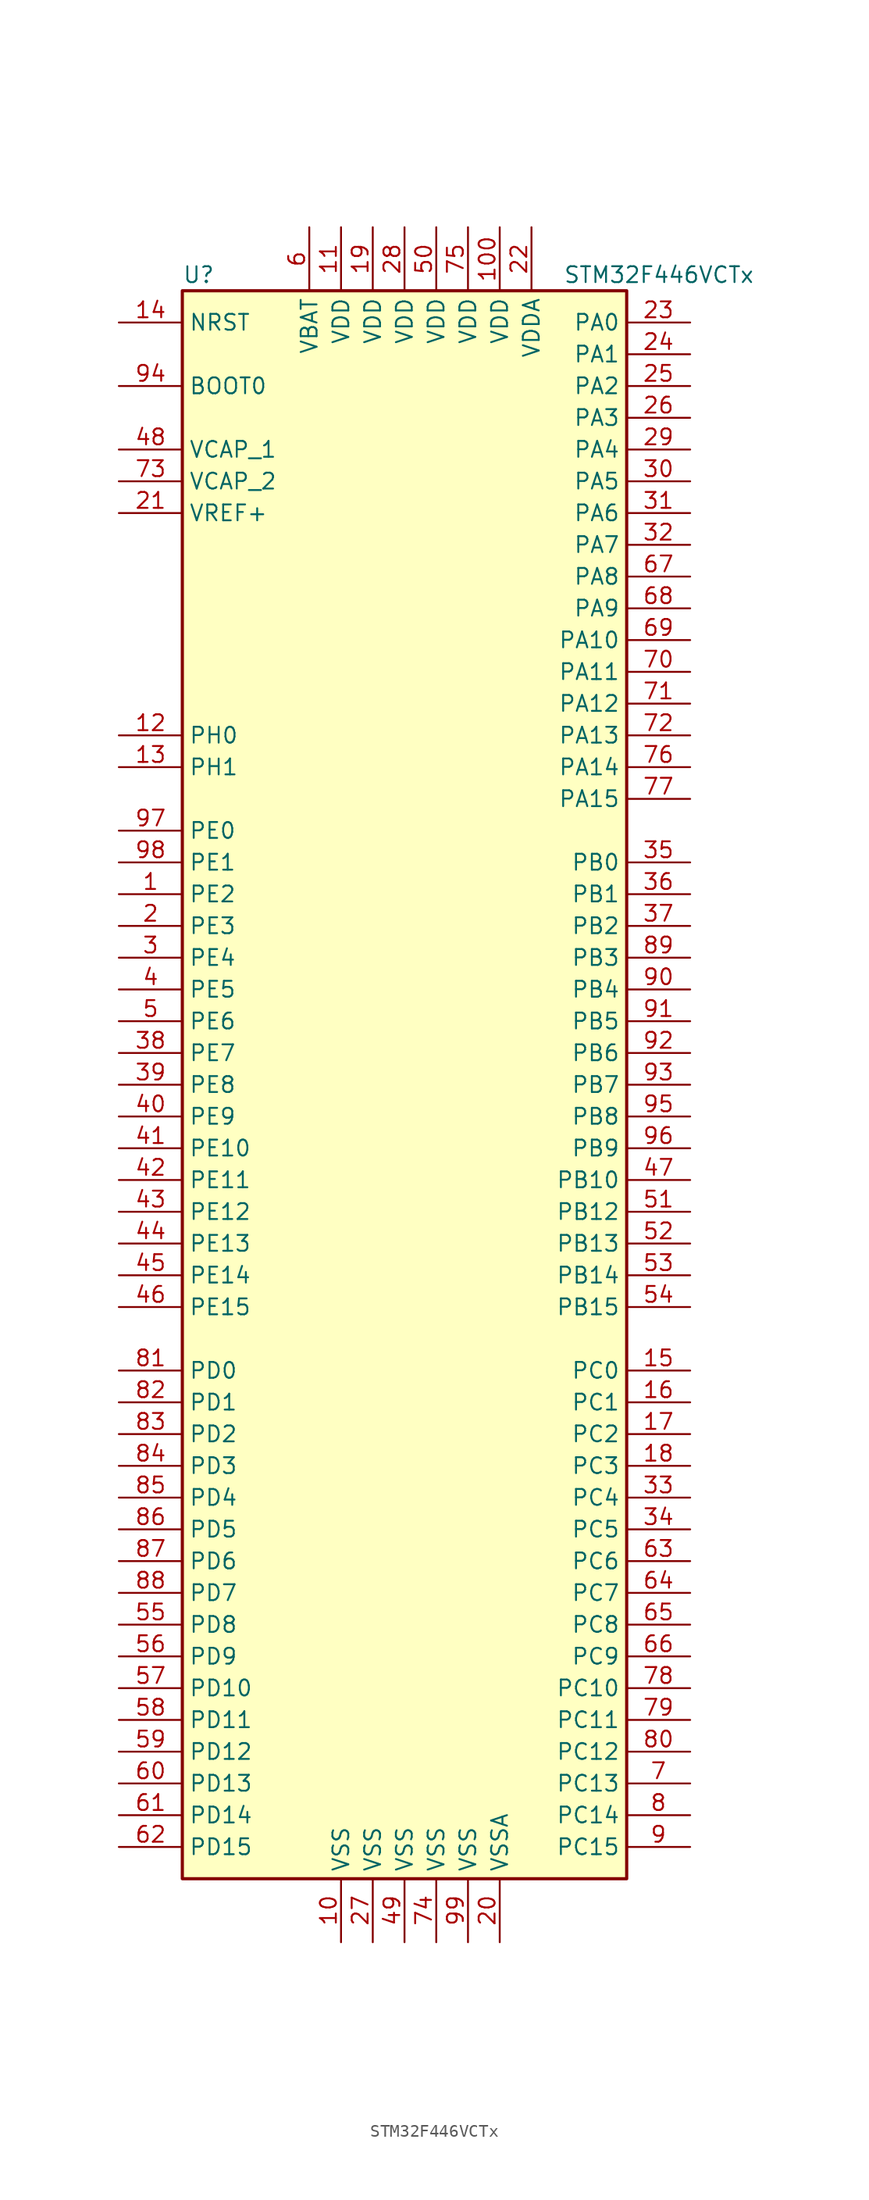
<source format=kicad_sym>
(kicad_symbol_lib
  (version 20220914)
  (generator kicad_symbol_editor)
  (symbol "STM32F446VCTx"
    (property "Reference" "U"
      (at -17.78 64.77 0)
      (effects (font (size 1.27 1.27)) (justify left)))
    (property "Value" "STM32F446VCTx"
      (at 12.7 64.77 0)
      (effects (font (size 1.27 1.27)) (justify left)))
    (symbol "STM32F446VCTx_0_1"
      (rectangle (start -17.78 -63.5) (end 17.78 63.5) (stroke (width 0.254) (type default)) (fill (type background))))
    (symbol "STM32F446VCTx_1_1"
      (pin bidirectional line (at -22.86 15.24 0) (length 5.08) (name "PE2" (effects (font (size 1.27 1.27)))) (number "1" (effects (font (size 1.27 1.27)))))
      (pin power_in line (at -5.08 -68.58 90) (length 5.08) (name "VSS" (effects (font (size 1.27 1.27)))) (number "10" (effects (font (size 1.27 1.27)))))
      (pin power_in line (at 7.62 68.58 270) (length 5.08) (name "VDD" (effects (font (size 1.27 1.27)))) (number "100" (effects (font (size 1.27 1.27)))))
      (pin power_in line (at -5.08 68.58 270) (length 5.08) (name "VDD" (effects (font (size 1.27 1.27)))) (number "11" (effects (font (size 1.27 1.27)))))
      (pin input line (at -22.86 27.94 0) (length 5.08) (name "PH0" (effects (font (size 1.27 1.27)))) (number "12" (effects (font (size 1.27 1.27)))))
      (pin input line (at -22.86 25.4 0) (length 5.08) (name "PH1" (effects (font (size 1.27 1.27)))) (number "13" (effects (font (size 1.27 1.27)))))
      (pin input line (at -22.86 60.96 0) (length 5.08) (name "NRST" (effects (font (size 1.27 1.27)))) (number "14" (effects (font (size 1.27 1.27)))))
      (pin bidirectional line (at 22.86 -22.86 180) (length 5.08) (name "PC0" (effects (font (size 1.27 1.27)))) (number "15" (effects (font (size 1.27 1.27)))))
      (pin bidirectional line (at 22.86 -25.4 180) (length 5.08) (name "PC1" (effects (font (size 1.27 1.27)))) (number "16" (effects (font (size 1.27 1.27)))))
      (pin bidirectional line (at 22.86 -27.94 180) (length 5.08) (name "PC2" (effects (font (size 1.27 1.27)))) (number "17" (effects (font (size 1.27 1.27)))))
      (pin bidirectional line (at 22.86 -30.48 180) (length 5.08) (name "PC3" (effects (font (size 1.27 1.27)))) (number "18" (effects (font (size 1.27 1.27)))))
      (pin power_in line (at -2.54 68.58 270) (length 5.08) (name "VDD" (effects (font (size 1.27 1.27)))) (number "19" (effects (font (size 1.27 1.27)))))
      (pin bidirectional line (at -22.86 12.7 0) (length 5.08) (name "PE3" (effects (font (size 1.27 1.27)))) (number "2" (effects (font (size 1.27 1.27)))))
      (pin power_in line (at 7.62 -68.58 90) (length 5.08) (name "VSSA" (effects (font (size 1.27 1.27)))) (number "20" (effects (font (size 1.27 1.27)))))
      (pin power_in line (at -22.86 45.72 0) (length 5.08) (name "VREF+" (effects (font (size 1.27 1.27)))) (number "21" (effects (font (size 1.27 1.27)))))
      (pin power_in line (at 10.16 68.58 270) (length 5.08) (name "VDDA" (effects (font (size 1.27 1.27)))) (number "22" (effects (font (size 1.27 1.27)))))
      (pin bidirectional line (at 22.86 60.96 180) (length 5.08) (name "PA0" (effects (font (size 1.27 1.27)))) (number "23" (effects (font (size 1.27 1.27)))))
      (pin bidirectional line (at 22.86 58.42 180) (length 5.08) (name "PA1" (effects (font (size 1.27 1.27)))) (number "24" (effects (font (size 1.27 1.27)))))
      (pin bidirectional line (at 22.86 55.88 180) (length 5.08) (name "PA2" (effects (font (size 1.27 1.27)))) (number "25" (effects (font (size 1.27 1.27)))))
      (pin bidirectional line (at 22.86 53.34 180) (length 5.08) (name "PA3" (effects (font (size 1.27 1.27)))) (number "26" (effects (font (size 1.27 1.27)))))
      (pin power_in line (at -2.54 -68.58 90) (length 5.08) (name "VSS" (effects (font (size 1.27 1.27)))) (number "27" (effects (font (size 1.27 1.27)))))
      (pin power_in line (at 0 68.58 270) (length 5.08) (name "VDD" (effects (font (size 1.27 1.27)))) (number "28" (effects (font (size 1.27 1.27)))))
      (pin bidirectional line (at 22.86 50.8 180) (length 5.08) (name "PA4" (effects (font (size 1.27 1.27)))) (number "29" (effects (font (size 1.27 1.27)))))
      (pin bidirectional line (at -22.86 10.16 0) (length 5.08) (name "PE4" (effects (font (size 1.27 1.27)))) (number "3" (effects (font (size 1.27 1.27)))))
      (pin bidirectional line (at 22.86 48.26 180) (length 5.08) (name "PA5" (effects (font (size 1.27 1.27)))) (number "30" (effects (font (size 1.27 1.27)))))
      (pin bidirectional line (at 22.86 45.72 180) (length 5.08) (name "PA6" (effects (font (size 1.27 1.27)))) (number "31" (effects (font (size 1.27 1.27)))))
      (pin bidirectional line (at 22.86 43.18 180) (length 5.08) (name "PA7" (effects (font (size 1.27 1.27)))) (number "32" (effects (font (size 1.27 1.27)))))
      (pin bidirectional line (at 22.86 -33.02 180) (length 5.08) (name "PC4" (effects (font (size 1.27 1.27)))) (number "33" (effects (font (size 1.27 1.27)))))
      (pin bidirectional line (at 22.86 -35.56 180) (length 5.08) (name "PC5" (effects (font (size 1.27 1.27)))) (number "34" (effects (font (size 1.27 1.27)))))
      (pin bidirectional line (at 22.86 17.78 180) (length 5.08) (name "PB0" (effects (font (size 1.27 1.27)))) (number "35" (effects (font (size 1.27 1.27)))))
      (pin bidirectional line (at 22.86 15.24 180) (length 5.08) (name "PB1" (effects (font (size 1.27 1.27)))) (number "36" (effects (font (size 1.27 1.27)))))
      (pin bidirectional line (at 22.86 12.7 180) (length 5.08) (name "PB2" (effects (font (size 1.27 1.27)))) (number "37" (effects (font (size 1.27 1.27)))))
      (pin bidirectional line (at -22.86 2.54 0) (length 5.08) (name "PE7" (effects (font (size 1.27 1.27)))) (number "38" (effects (font (size 1.27 1.27)))))
      (pin bidirectional line (at -22.86 0 0) (length 5.08) (name "PE8" (effects (font (size 1.27 1.27)))) (number "39" (effects (font (size 1.27 1.27)))))
      (pin bidirectional line (at -22.86 7.62 0) (length 5.08) (name "PE5" (effects (font (size 1.27 1.27)))) (number "4" (effects (font (size 1.27 1.27)))))
      (pin bidirectional line (at -22.86 -2.54 0) (length 5.08) (name "PE9" (effects (font (size 1.27 1.27)))) (number "40" (effects (font (size 1.27 1.27)))))
      (pin bidirectional line (at -22.86 -5.08 0) (length 5.08) (name "PE10" (effects (font (size 1.27 1.27)))) (number "41" (effects (font (size 1.27 1.27)))))
      (pin bidirectional line (at -22.86 -7.62 0) (length 5.08) (name "PE11" (effects (font (size 1.27 1.27)))) (number "42" (effects (font (size 1.27 1.27)))))
      (pin bidirectional line (at -22.86 -10.16 0) (length 5.08) (name "PE12" (effects (font (size 1.27 1.27)))) (number "43" (effects (font (size 1.27 1.27)))))
      (pin bidirectional line (at -22.86 -12.7 0) (length 5.08) (name "PE13" (effects (font (size 1.27 1.27)))) (number "44" (effects (font (size 1.27 1.27)))))
      (pin bidirectional line (at -22.86 -15.24 0) (length 5.08) (name "PE14" (effects (font (size 1.27 1.27)))) (number "45" (effects (font (size 1.27 1.27)))))
      (pin bidirectional line (at -22.86 -17.78 0) (length 5.08) (name "PE15" (effects (font (size 1.27 1.27)))) (number "46" (effects (font (size 1.27 1.27)))))
      (pin bidirectional line (at 22.86 -7.62 180) (length 5.08) (name "PB10" (effects (font (size 1.27 1.27)))) (number "47" (effects (font (size 1.27 1.27)))))
      (pin power_in line (at -22.86 50.8 0) (length 5.08) (name "VCAP_1" (effects (font (size 1.27 1.27)))) (number "48" (effects (font (size 1.27 1.27)))))
      (pin power_in line (at 0 -68.58 90) (length 5.08) (name "VSS" (effects (font (size 1.27 1.27)))) (number "49" (effects (font (size 1.27 1.27)))))
      (pin bidirectional line (at -22.86 5.08 0) (length 5.08) (name "PE6" (effects (font (size 1.27 1.27)))) (number "5" (effects (font (size 1.27 1.27)))))
      (pin power_in line (at 2.54 68.58 270) (length 5.08) (name "VDD" (effects (font (size 1.27 1.27)))) (number "50" (effects (font (size 1.27 1.27)))))
      (pin bidirectional line (at 22.86 -10.16 180) (length 5.08) (name "PB12" (effects (font (size 1.27 1.27)))) (number "51" (effects (font (size 1.27 1.27)))))
      (pin bidirectional line (at 22.86 -12.7 180) (length 5.08) (name "PB13" (effects (font (size 1.27 1.27)))) (number "52" (effects (font (size 1.27 1.27)))))
      (pin bidirectional line (at 22.86 -15.24 180) (length 5.08) (name "PB14" (effects (font (size 1.27 1.27)))) (number "53" (effects (font (size 1.27 1.27)))))
      (pin bidirectional line (at 22.86 -17.78 180) (length 5.08) (name "PB15" (effects (font (size 1.27 1.27)))) (number "54" (effects (font (size 1.27 1.27)))))
      (pin bidirectional line (at -22.86 -43.18 0) (length 5.08) (name "PD8" (effects (font (size 1.27 1.27)))) (number "55" (effects (font (size 1.27 1.27)))))
      (pin bidirectional line (at -22.86 -45.72 0) (length 5.08) (name "PD9" (effects (font (size 1.27 1.27)))) (number "56" (effects (font (size 1.27 1.27)))))
      (pin bidirectional line (at -22.86 -48.26 0) (length 5.08) (name "PD10" (effects (font (size 1.27 1.27)))) (number "57" (effects (font (size 1.27 1.27)))))
      (pin bidirectional line (at -22.86 -50.8 0) (length 5.08) (name "PD11" (effects (font (size 1.27 1.27)))) (number "58" (effects (font (size 1.27 1.27)))))
      (pin bidirectional line (at -22.86 -53.34 0) (length 5.08) (name "PD12" (effects (font (size 1.27 1.27)))) (number "59" (effects (font (size 1.27 1.27)))))
      (pin power_in line (at -7.62 68.58 270) (length 5.08) (name "VBAT" (effects (font (size 1.27 1.27)))) (number "6" (effects (font (size 1.27 1.27)))))
      (pin bidirectional line (at -22.86 -55.88 0) (length 5.08) (name "PD13" (effects (font (size 1.27 1.27)))) (number "60" (effects (font (size 1.27 1.27)))))
      (pin bidirectional line (at -22.86 -58.42 0) (length 5.08) (name "PD14" (effects (font (size 1.27 1.27)))) (number "61" (effects (font (size 1.27 1.27)))))
      (pin bidirectional line (at -22.86 -60.96 0) (length 5.08) (name "PD15" (effects (font (size 1.27 1.27)))) (number "62" (effects (font (size 1.27 1.27)))))
      (pin bidirectional line (at 22.86 -38.1 180) (length 5.08) (name "PC6" (effects (font (size 1.27 1.27)))) (number "63" (effects (font (size 1.27 1.27)))))
      (pin bidirectional line (at 22.86 -40.64 180) (length 5.08) (name "PC7" (effects (font (size 1.27 1.27)))) (number "64" (effects (font (size 1.27 1.27)))))
      (pin bidirectional line (at 22.86 -43.18 180) (length 5.08) (name "PC8" (effects (font (size 1.27 1.27)))) (number "65" (effects (font (size 1.27 1.27)))))
      (pin bidirectional line (at 22.86 -45.72 180) (length 5.08) (name "PC9" (effects (font (size 1.27 1.27)))) (number "66" (effects (font (size 1.27 1.27)))))
      (pin bidirectional line (at 22.86 40.64 180) (length 5.08) (name "PA8" (effects (font (size 1.27 1.27)))) (number "67" (effects (font (size 1.27 1.27)))))
      (pin bidirectional line (at 22.86 38.1 180) (length 5.08) (name "PA9" (effects (font (size 1.27 1.27)))) (number "68" (effects (font (size 1.27 1.27)))))
      (pin bidirectional line (at 22.86 35.56 180) (length 5.08) (name "PA10" (effects (font (size 1.27 1.27)))) (number "69" (effects (font (size 1.27 1.27)))))
      (pin bidirectional line (at 22.86 -55.88 180) (length 5.08) (name "PC13" (effects (font (size 1.27 1.27)))) (number "7" (effects (font (size 1.27 1.27)))))
      (pin bidirectional line (at 22.86 33.02 180) (length 5.08) (name "PA11" (effects (font (size 1.27 1.27)))) (number "70" (effects (font (size 1.27 1.27)))))
      (pin bidirectional line (at 22.86 30.48 180) (length 5.08) (name "PA12" (effects (font (size 1.27 1.27)))) (number "71" (effects (font (size 1.27 1.27)))))
      (pin bidirectional line (at 22.86 27.94 180) (length 5.08) (name "PA13" (effects (font (size 1.27 1.27)))) (number "72" (effects (font (size 1.27 1.27)))))
      (pin power_in line (at -22.86 48.26 0) (length 5.08) (name "VCAP_2" (effects (font (size 1.27 1.27)))) (number "73" (effects (font (size 1.27 1.27)))))
      (pin power_in line (at 2.54 -68.58 90) (length 5.08) (name "VSS" (effects (font (size 1.27 1.27)))) (number "74" (effects (font (size 1.27 1.27)))))
      (pin power_in line (at 5.08 68.58 270) (length 5.08) (name "VDD" (effects (font (size 1.27 1.27)))) (number "75" (effects (font (size 1.27 1.27)))))
      (pin bidirectional line (at 22.86 25.4 180) (length 5.08) (name "PA14" (effects (font (size 1.27 1.27)))) (number "76" (effects (font (size 1.27 1.27)))))
      (pin bidirectional line (at 22.86 22.86 180) (length 5.08) (name "PA15" (effects (font (size 1.27 1.27)))) (number "77" (effects (font (size 1.27 1.27)))))
      (pin bidirectional line (at 22.86 -48.26 180) (length 5.08) (name "PC10" (effects (font (size 1.27 1.27)))) (number "78" (effects (font (size 1.27 1.27)))))
      (pin bidirectional line (at 22.86 -50.8 180) (length 5.08) (name "PC11" (effects (font (size 1.27 1.27)))) (number "79" (effects (font (size 1.27 1.27)))))
      (pin bidirectional line (at 22.86 -58.42 180) (length 5.08) (name "PC14" (effects (font (size 1.27 1.27)))) (number "8" (effects (font (size 1.27 1.27)))))
      (pin bidirectional line (at 22.86 -53.34 180) (length 5.08) (name "PC12" (effects (font (size 1.27 1.27)))) (number "80" (effects (font (size 1.27 1.27)))))
      (pin bidirectional line (at -22.86 -22.86 0) (length 5.08) (name "PD0" (effects (font (size 1.27 1.27)))) (number "81" (effects (font (size 1.27 1.27)))))
      (pin bidirectional line (at -22.86 -25.4 0) (length 5.08) (name "PD1" (effects (font (size 1.27 1.27)))) (number "82" (effects (font (size 1.27 1.27)))))
      (pin bidirectional line (at -22.86 -27.94 0) (length 5.08) (name "PD2" (effects (font (size 1.27 1.27)))) (number "83" (effects (font (size 1.27 1.27)))))
      (pin bidirectional line (at -22.86 -30.48 0) (length 5.08) (name "PD3" (effects (font (size 1.27 1.27)))) (number "84" (effects (font (size 1.27 1.27)))))
      (pin bidirectional line (at -22.86 -33.02 0) (length 5.08) (name "PD4" (effects (font (size 1.27 1.27)))) (number "85" (effects (font (size 1.27 1.27)))))
      (pin bidirectional line (at -22.86 -35.56 0) (length 5.08) (name "PD5" (effects (font (size 1.27 1.27)))) (number "86" (effects (font (size 1.27 1.27)))))
      (pin bidirectional line (at -22.86 -38.1 0) (length 5.08) (name "PD6" (effects (font (size 1.27 1.27)))) (number "87" (effects (font (size 1.27 1.27)))))
      (pin bidirectional line (at -22.86 -40.64 0) (length 5.08) (name "PD7" (effects (font (size 1.27 1.27)))) (number "88" (effects (font (size 1.27 1.27)))))
      (pin bidirectional line (at 22.86 10.16 180) (length 5.08) (name "PB3" (effects (font (size 1.27 1.27)))) (number "89" (effects (font (size 1.27 1.27)))))
      (pin bidirectional line (at 22.86 -60.96 180) (length 5.08) (name "PC15" (effects (font (size 1.27 1.27)))) (number "9" (effects (font (size 1.27 1.27)))))
      (pin bidirectional line (at 22.86 7.62 180) (length 5.08) (name "PB4" (effects (font (size 1.27 1.27)))) (number "90" (effects (font (size 1.27 1.27)))))
      (pin bidirectional line (at 22.86 5.08 180) (length 5.08) (name "PB5" (effects (font (size 1.27 1.27)))) (number "91" (effects (font (size 1.27 1.27)))))
      (pin bidirectional line (at 22.86 2.54 180) (length 5.08) (name "PB6" (effects (font (size 1.27 1.27)))) (number "92" (effects (font (size 1.27 1.27)))))
      (pin bidirectional line (at 22.86 0 180) (length 5.08) (name "PB7" (effects (font (size 1.27 1.27)))) (number "93" (effects (font (size 1.27 1.27)))))
      (pin input line (at -22.86 55.88 0) (length 5.08) (name "BOOT0" (effects (font (size 1.27 1.27)))) (number "94" (effects (font (size 1.27 1.27)))))
      (pin bidirectional line (at 22.86 -2.54 180) (length 5.08) (name "PB8" (effects (font (size 1.27 1.27)))) (number "95" (effects (font (size 1.27 1.27)))))
      (pin bidirectional line (at 22.86 -5.08 180) (length 5.08) (name "PB9" (effects (font (size 1.27 1.27)))) (number "96" (effects (font (size 1.27 1.27)))))
      (pin bidirectional line (at -22.86 20.32 0) (length 5.08) (name "PE0" (effects (font (size 1.27 1.27)))) (number "97" (effects (font (size 1.27 1.27)))))
      (pin bidirectional line (at -22.86 17.78 0) (length 5.08) (name "PE1" (effects (font (size 1.27 1.27)))) (number "98" (effects (font (size 1.27 1.27)))))
      (pin power_in line (at 5.08 -68.58 90) (length 5.08) (name "VSS" (effects (font (size 1.27 1.27)))) (number "99" (effects (font (size 1.27 1.27))))))))
</source>
